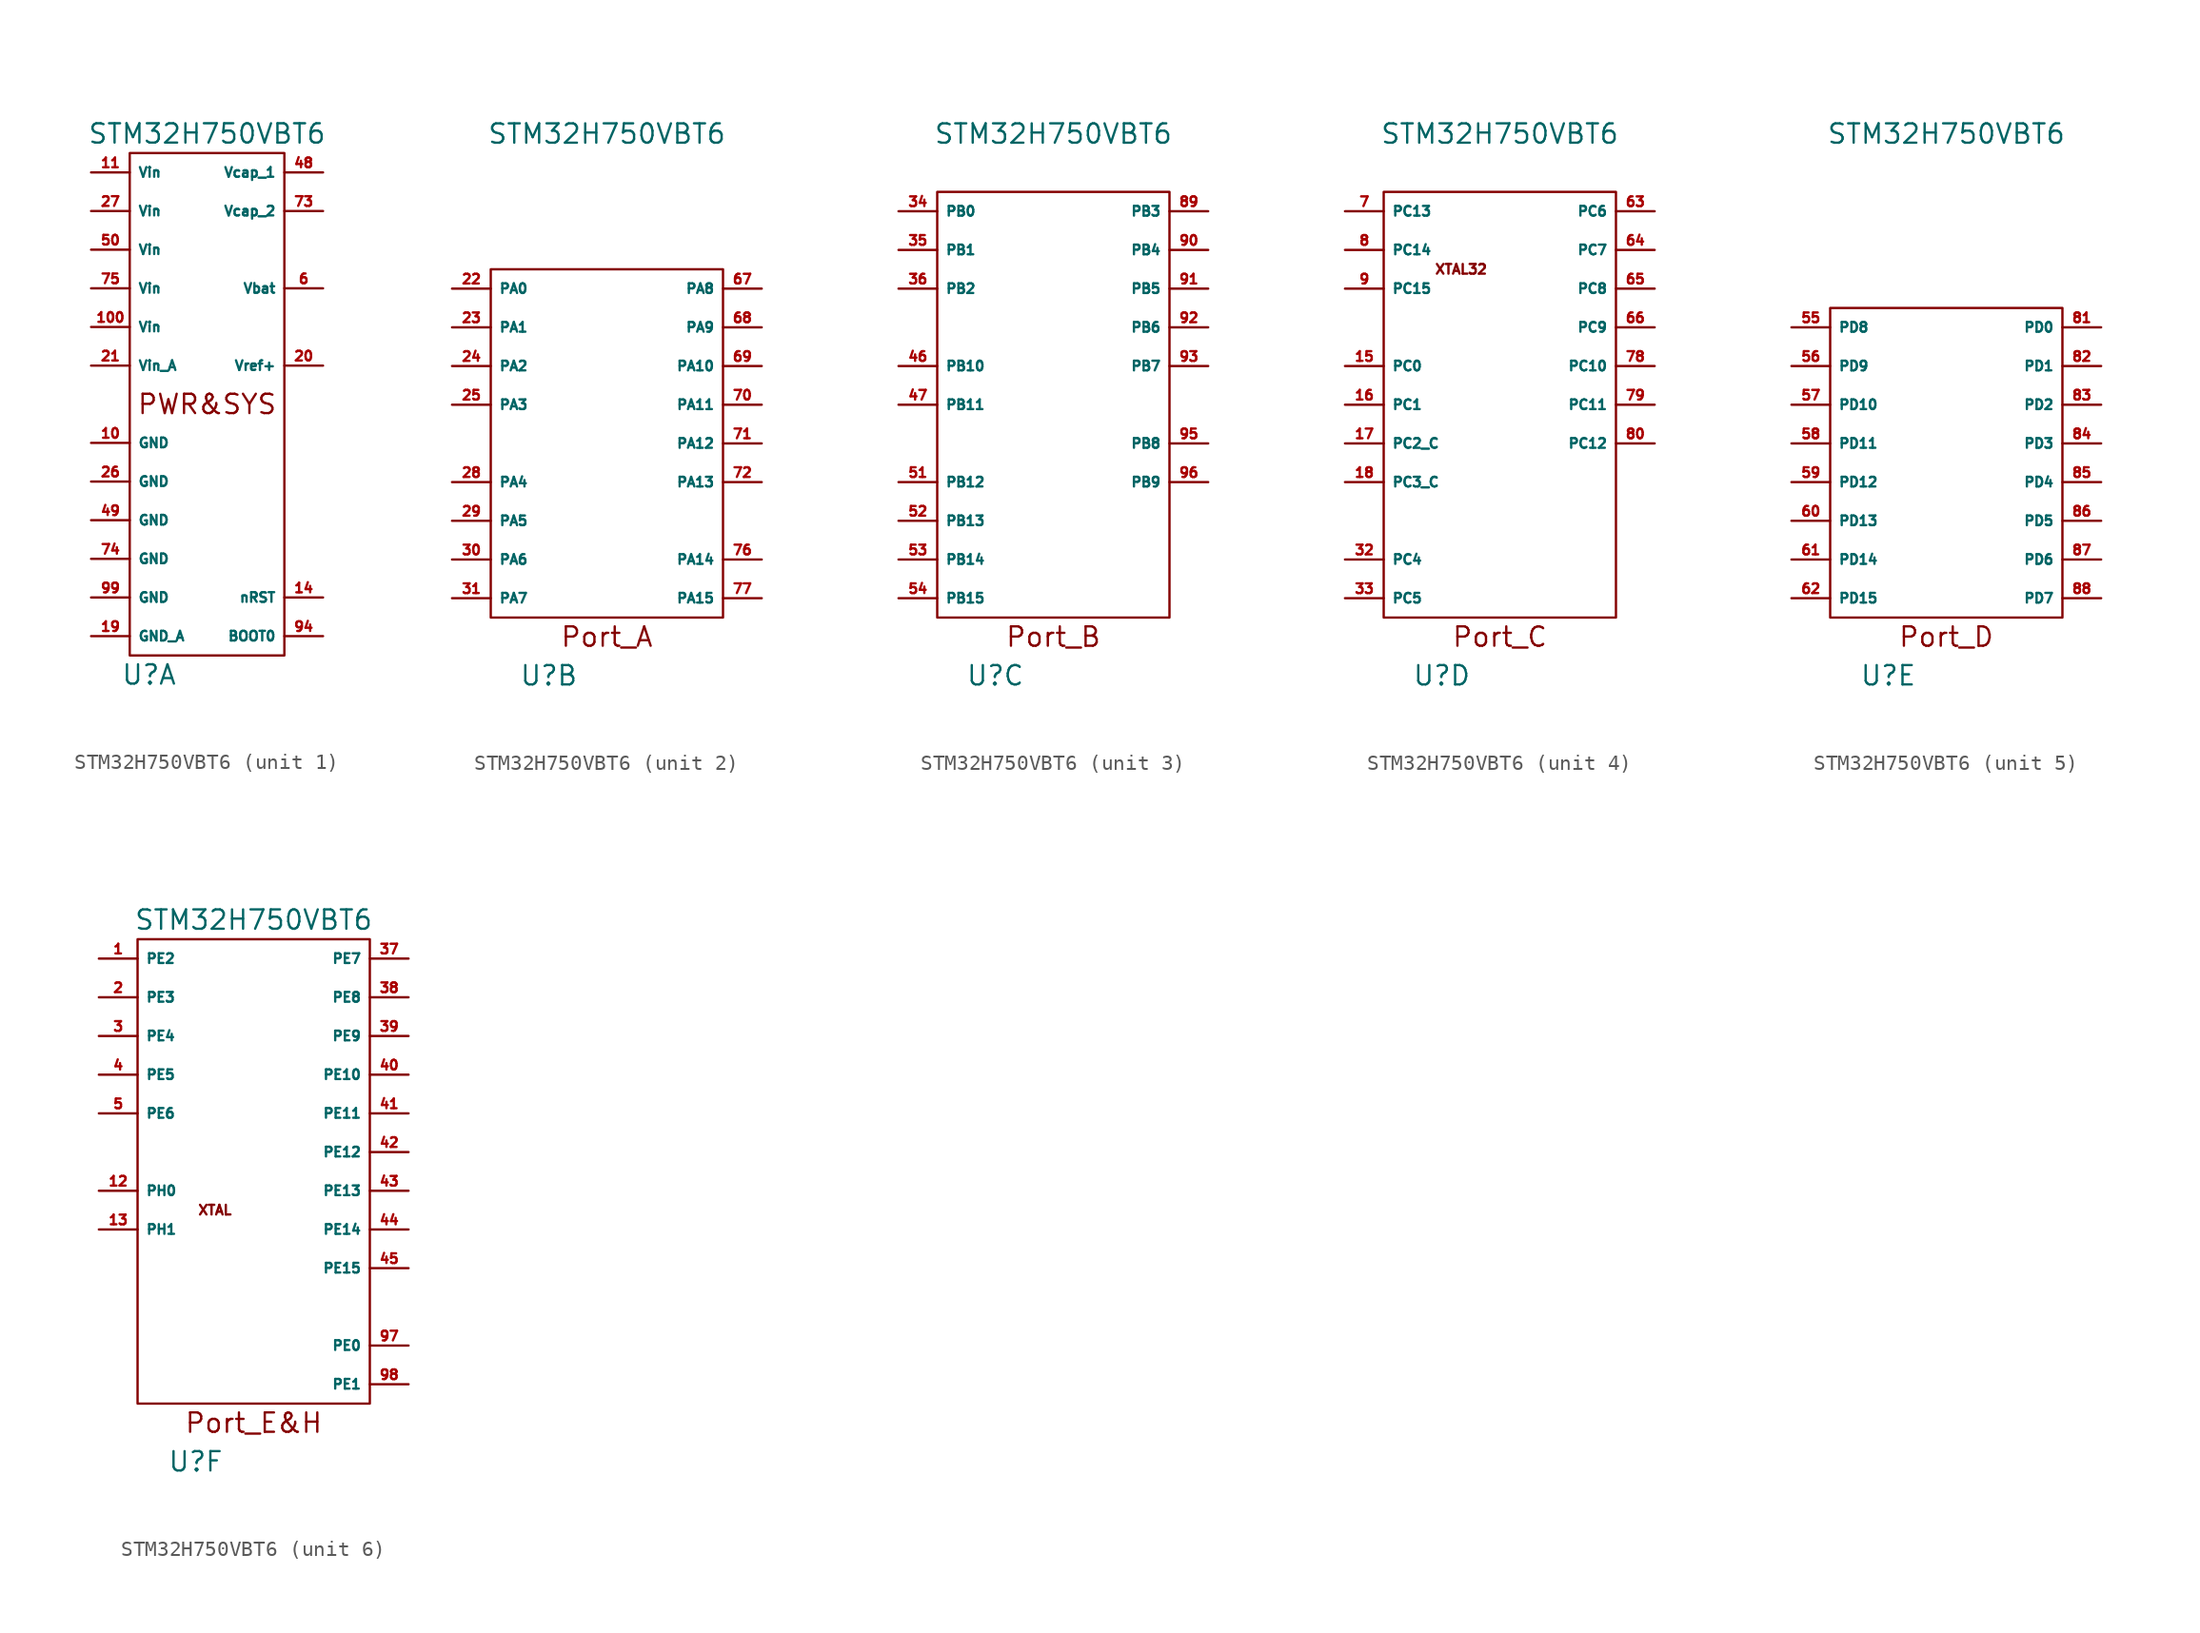
<source format=kicad_sym>
(kicad_symbol_lib
  (version 20211014)
  (generator kicad_symbol_editor)
  (symbol "STM32H750VBT6"
    (property "Reference" "U"
      (at -3.81 -17.78 0)
      (effects (font (size 1.27 1.27))))
    (property "Value" "STM32H750VBT6"
      (at 0 17.78 0)
      (effects (font (size 1.27 1.27))))
    (property "ki_locked" ""
      (at 0 0 0)
      (effects (font (size 1.27 1.27))))
    (symbol "STM32H750VBT6_1_0"
      (text "PWR&SYS" (at 0 0 0) (effects (font (size 1.27 1.27)))))
    (symbol "STM32H750VBT6_1_1"
      (rectangle (start -5.08 16.51) (end 5.08 -16.51) (stroke (width 0) (type default) (color 0 0 0 0)) (fill (type none)))
      (pin power_in line (at -7.62 -2.54 0) (length 2.54) (name "GND" (effects (font (size 0.635 0.635)))) (number "10" (effects (font (size 0.635 0.635)))))
      (pin power_in line (at -7.62 5.08 0) (length 2.54) (name "Vin" (effects (font (size 0.635 0.635)))) (number "100" (effects (font (size 0.635 0.635)))))
      (pin power_in line (at -7.62 15.24 0) (length 2.54) (name "Vin" (effects (font (size 0.635 0.635)))) (number "11" (effects (font (size 0.635 0.635)))))
      (pin input line (at 7.62 -12.7 180) (length 2.54) (name "nRST" (effects (font (size 0.635 0.635)))) (number "14" (effects (font (size 0.635 0.635)))))
      (pin power_in line (at -7.62 -15.24 0) (length 2.54) (name "GND_A" (effects (font (size 0.635 0.635)))) (number "19" (effects (font (size 0.635 0.635)))))
      (pin bidirectional line (at 7.62 2.54 180) (length 2.54) (name "Vref+" (effects (font (size 0.635 0.635)))) (number "20" (effects (font (size 0.635 0.635)))))
      (pin power_in line (at -7.62 2.54 0) (length 2.54) (name "Vin_A" (effects (font (size 0.635 0.635)))) (number "21" (effects (font (size 0.635 0.635)))))
      (pin power_in line (at -7.62 -5.08 0) (length 2.54) (name "GND" (effects (font (size 0.635 0.635)))) (number "26" (effects (font (size 0.635 0.635)))))
      (pin power_in line (at -7.62 12.7 0) (length 2.54) (name "Vin" (effects (font (size 0.635 0.635)))) (number "27" (effects (font (size 0.635 0.635)))))
      (pin power_in line (at 7.62 15.24 180) (length 2.54) (name "Vcap_1" (effects (font (size 0.635 0.635)))) (number "48" (effects (font (size 0.635 0.635)))))
      (pin power_in line (at -7.62 -7.62 0) (length 2.54) (name "GND" (effects (font (size 0.635 0.635)))) (number "49" (effects (font (size 0.635 0.635)))))
      (pin power_in line (at -7.62 10.16 0) (length 2.54) (name "Vin" (effects (font (size 0.635 0.635)))) (number "50" (effects (font (size 0.635 0.635)))))
      (pin power_in line (at 7.62 7.62 180) (length 2.54) (name "Vbat" (effects (font (size 0.635 0.635)))) (number "6" (effects (font (size 0.635 0.635)))))
      (pin power_in line (at 7.62 12.7 180) (length 2.54) (name "Vcap_2" (effects (font (size 0.635 0.635)))) (number "73" (effects (font (size 0.635 0.635)))))
      (pin power_in line (at -7.62 -10.16 0) (length 2.54) (name "GND" (effects (font (size 0.635 0.635)))) (number "74" (effects (font (size 0.635 0.635)))))
      (pin power_in line (at -7.62 7.62 0) (length 2.54) (name "Vin" (effects (font (size 0.635 0.635)))) (number "75" (effects (font (size 0.635 0.635)))))
      (pin input line (at 7.62 -15.24 180) (length 2.54) (name "BOOT0" (effects (font (size 0.635 0.635)))) (number "94" (effects (font (size 0.635 0.635)))))
      (pin power_in line (at -7.62 -12.7 0) (length 2.54) (name "GND" (effects (font (size 0.635 0.635)))) (number "99" (effects (font (size 0.635 0.635))))))
    (symbol "STM32H750VBT6_2_0"
      (text "Port_A" (at 0 -15.24 0) (effects (font (size 1.27 1.27)))))
    (symbol "STM32H750VBT6_2_1"
      (rectangle (start -7.62 8.89) (end 7.62 -13.97) (stroke (width 0) (type default) (color 0 0 0 0)) (fill (type none)))
      (pin bidirectional line (at -10.16 7.62 0) (length 2.54) (name "PA0" (effects (font (size 0.635 0.635)))) (number "22" (effects (font (size 0.635 0.635)))))
      (pin bidirectional line (at -10.16 5.08 0) (length 2.54) (name "PA1" (effects (font (size 0.635 0.635)))) (number "23" (effects (font (size 0.635 0.635)))))
      (pin bidirectional line (at -10.16 2.54 0) (length 2.54) (name "PA2" (effects (font (size 0.635 0.635)))) (number "24" (effects (font (size 0.635 0.635)))))
      (pin bidirectional line (at -10.16 0 0) (length 2.54) (name "PA3" (effects (font (size 0.635 0.635)))) (number "25" (effects (font (size 0.635 0.635)))))
      (pin bidirectional line (at -10.16 -5.08 0) (length 2.54) (name "PA4" (effects (font (size 0.635 0.635)))) (number "28" (effects (font (size 0.635 0.635)))))
      (pin bidirectional line (at -10.16 -7.62 0) (length 2.54) (name "PA5" (effects (font (size 0.635 0.635)))) (number "29" (effects (font (size 0.635 0.635)))))
      (pin bidirectional line (at -10.16 -10.16 0) (length 2.54) (name "PA6" (effects (font (size 0.635 0.635)))) (number "30" (effects (font (size 0.635 0.635)))))
      (pin bidirectional line (at -10.16 -12.7 0) (length 2.54) (name "PA7" (effects (font (size 0.635 0.635)))) (number "31" (effects (font (size 0.635 0.635)))))
      (pin bidirectional line (at 10.16 7.62 180) (length 2.54) (name "PA8" (effects (font (size 0.635 0.635)))) (number "67" (effects (font (size 0.635 0.635)))))
      (pin bidirectional line (at 10.16 5.08 180) (length 2.54) (name "PA9" (effects (font (size 0.635 0.635)))) (number "68" (effects (font (size 0.635 0.635)))))
      (pin bidirectional line (at 10.16 2.54 180) (length 2.54) (name "PA10" (effects (font (size 0.635 0.635)))) (number "69" (effects (font (size 0.635 0.635)))))
      (pin bidirectional line (at 10.16 0 180) (length 2.54) (name "PA11" (effects (font (size 0.635 0.635)))) (number "70" (effects (font (size 0.635 0.635)))))
      (pin bidirectional line (at 10.16 -2.54 180) (length 2.54) (name "PA12" (effects (font (size 0.635 0.635)))) (number "71" (effects (font (size 0.635 0.635)))))
      (pin bidirectional line (at 10.16 -5.08 180) (length 2.54) (name "PA13" (effects (font (size 0.635 0.635)))) (number "72" (effects (font (size 0.635 0.635)))))
      (pin bidirectional line (at 10.16 -10.16 180) (length 2.54) (name "PA14" (effects (font (size 0.635 0.635)))) (number "76" (effects (font (size 0.635 0.635)))))
      (pin bidirectional line (at 10.16 -12.7 180) (length 2.54) (name "PA15" (effects (font (size 0.635 0.635)))) (number "77" (effects (font (size 0.635 0.635))))))
    (symbol "STM32H750VBT6_3_0"
      (text "Port_B" (at 0 -15.24 0) (effects (font (size 1.27 1.27)))))
    (symbol "STM32H750VBT6_3_1"
      (rectangle (start -7.62 13.97) (end 7.62 -13.97) (stroke (width 0) (type default) (color 0 0 0 0)) (fill (type none)))
      (pin bidirectional line (at -10.16 12.7 0) (length 2.54) (name "PB0" (effects (font (size 0.635 0.635)))) (number "34" (effects (font (size 0.635 0.635)))))
      (pin bidirectional line (at -10.16 10.16 0) (length 2.54) (name "PB1" (effects (font (size 0.635 0.635)))) (number "35" (effects (font (size 0.635 0.635)))))
      (pin bidirectional line (at -10.16 7.62 0) (length 2.54) (name "PB2" (effects (font (size 0.635 0.635)))) (number "36" (effects (font (size 0.635 0.635)))))
      (pin bidirectional line (at -10.16 2.54 0) (length 2.54) (name "PB10" (effects (font (size 0.635 0.635)))) (number "46" (effects (font (size 0.635 0.635)))))
      (pin bidirectional line (at -10.16 0 0) (length 2.54) (name "PB11" (effects (font (size 0.635 0.635)))) (number "47" (effects (font (size 0.635 0.635)))))
      (pin bidirectional line (at -10.16 -5.08 0) (length 2.54) (name "PB12" (effects (font (size 0.635 0.635)))) (number "51" (effects (font (size 0.635 0.635)))))
      (pin bidirectional line (at -10.16 -7.62 0) (length 2.54) (name "PB13" (effects (font (size 0.635 0.635)))) (number "52" (effects (font (size 0.635 0.635)))))
      (pin bidirectional line (at -10.16 -10.16 0) (length 2.54) (name "PB14" (effects (font (size 0.635 0.635)))) (number "53" (effects (font (size 0.635 0.635)))))
      (pin bidirectional line (at -10.16 -12.7 0) (length 2.54) (name "PB15" (effects (font (size 0.635 0.635)))) (number "54" (effects (font (size 0.635 0.635)))))
      (pin bidirectional line (at 10.16 12.7 180) (length 2.54) (name "PB3" (effects (font (size 0.635 0.635)))) (number "89" (effects (font (size 0.635 0.635)))))
      (pin bidirectional line (at 10.16 10.16 180) (length 2.54) (name "PB4" (effects (font (size 0.635 0.635)))) (number "90" (effects (font (size 0.635 0.635)))))
      (pin bidirectional line (at 10.16 7.62 180) (length 2.54) (name "PB5" (effects (font (size 0.635 0.635)))) (number "91" (effects (font (size 0.635 0.635)))))
      (pin bidirectional line (at 10.16 5.08 180) (length 2.54) (name "PB6" (effects (font (size 0.635 0.635)))) (number "92" (effects (font (size 0.635 0.635)))))
      (pin bidirectional line (at 10.16 2.54 180) (length 2.54) (name "PB7" (effects (font (size 0.635 0.635)))) (number "93" (effects (font (size 0.635 0.635)))))
      (pin bidirectional line (at 10.16 -2.54 180) (length 2.54) (name "PB8" (effects (font (size 0.635 0.635)))) (number "95" (effects (font (size 0.635 0.635)))))
      (pin bidirectional line (at 10.16 -5.08 180) (length 2.54) (name "PB9" (effects (font (size 0.635 0.635)))) (number "96" (effects (font (size 0.635 0.635))))))
    (symbol "STM32H750VBT6_4_0"
      (text "Port_C" (at 0 -15.24 0) (effects (font (size 1.27 1.27)))))
    (symbol "STM32H750VBT6_4_1"
      (rectangle (start -7.62 13.97) (end 7.62 -13.97) (stroke (width 0) (type default) (color 0 0 0 0)) (fill (type none)))
      (text "XTAL32" (at -2.54 8.89 0) (effects (font (size 0.635 0.635))))
      (pin bidirectional line (at -10.16 2.54 0) (length 2.54) (name "PC0" (effects (font (size 0.635 0.635)))) (number "15" (effects (font (size 0.635 0.635)))))
      (pin bidirectional line (at -10.16 0 0) (length 2.54) (name "PC1" (effects (font (size 0.635 0.635)))) (number "16" (effects (font (size 0.635 0.635)))))
      (pin bidirectional line (at -10.16 -2.54 0) (length 2.54) (name "PC2_C" (effects (font (size 0.635 0.635)))) (number "17" (effects (font (size 0.635 0.635)))))
      (pin bidirectional line (at -10.16 -5.08 0) (length 2.54) (name "PC3_C" (effects (font (size 0.635 0.635)))) (number "18" (effects (font (size 0.635 0.635)))))
      (pin bidirectional line (at -10.16 -10.16 0) (length 2.54) (name "PC4" (effects (font (size 0.635 0.635)))) (number "32" (effects (font (size 0.635 0.635)))))
      (pin bidirectional line (at -10.16 -12.7 0) (length 2.54) (name "PC5" (effects (font (size 0.635 0.635)))) (number "33" (effects (font (size 0.635 0.635)))))
      (pin bidirectional line (at 10.16 12.7 180) (length 2.54) (name "PC6" (effects (font (size 0.635 0.635)))) (number "63" (effects (font (size 0.635 0.635)))))
      (pin bidirectional line (at 10.16 10.16 180) (length 2.54) (name "PC7" (effects (font (size 0.635 0.635)))) (number "64" (effects (font (size 0.635 0.635)))))
      (pin bidirectional line (at 10.16 7.62 180) (length 2.54) (name "PC8" (effects (font (size 0.635 0.635)))) (number "65" (effects (font (size 0.635 0.635)))))
      (pin bidirectional line (at 10.16 5.08 180) (length 2.54) (name "PC9" (effects (font (size 0.635 0.635)))) (number "66" (effects (font (size 0.635 0.635)))))
      (pin bidirectional line (at -10.16 12.7 0) (length 2.54) (name "PC13" (effects (font (size 0.635 0.635)))) (number "7" (effects (font (size 0.635 0.635)))))
      (pin bidirectional line (at 10.16 2.54 180) (length 2.54) (name "PC10" (effects (font (size 0.635 0.635)))) (number "78" (effects (font (size 0.635 0.635)))))
      (pin bidirectional line (at 10.16 0 180) (length 2.54) (name "PC11" (effects (font (size 0.635 0.635)))) (number "79" (effects (font (size 0.635 0.635)))))
      (pin bidirectional line (at -10.16 10.16 0) (length 2.54) (name "PC14" (effects (font (size 0.635 0.635)))) (number "8" (effects (font (size 0.635 0.635)))))
      (pin bidirectional line (at 10.16 -2.54 180) (length 2.54) (name "PC12" (effects (font (size 0.635 0.635)))) (number "80" (effects (font (size 0.635 0.635)))))
      (pin bidirectional line (at -10.16 7.62 0) (length 2.54) (name "PC15" (effects (font (size 0.635 0.635)))) (number "9" (effects (font (size 0.635 0.635))))))
    (symbol "STM32H750VBT6_5_0"
      (text "Port_D" (at 0 -15.24 0) (effects (font (size 1.27 1.27)))))
    (symbol "STM32H750VBT6_5_1"
      (rectangle (start -7.62 6.35) (end 7.62 -13.97) (stroke (width 0) (type default) (color 0 0 0 0)) (fill (type none)))
      (pin bidirectional line (at -10.16 5.08 0) (length 2.54) (name "PD8" (effects (font (size 0.635 0.635)))) (number "55" (effects (font (size 0.635 0.635)))))
      (pin bidirectional line (at -10.16 2.54 0) (length 2.54) (name "PD9" (effects (font (size 0.635 0.635)))) (number "56" (effects (font (size 0.635 0.635)))))
      (pin bidirectional line (at -10.16 0 0) (length 2.54) (name "PD10" (effects (font (size 0.635 0.635)))) (number "57" (effects (font (size 0.635 0.635)))))
      (pin bidirectional line (at -10.16 -2.54 0) (length 2.54) (name "PD11" (effects (font (size 0.635 0.635)))) (number "58" (effects (font (size 0.635 0.635)))))
      (pin bidirectional line (at -10.16 -5.08 0) (length 2.54) (name "PD12" (effects (font (size 0.635 0.635)))) (number "59" (effects (font (size 0.635 0.635)))))
      (pin bidirectional line (at -10.16 -7.62 0) (length 2.54) (name "PD13" (effects (font (size 0.635 0.635)))) (number "60" (effects (font (size 0.635 0.635)))))
      (pin bidirectional line (at -10.16 -10.16 0) (length 2.54) (name "PD14" (effects (font (size 0.635 0.635)))) (number "61" (effects (font (size 0.635 0.635)))))
      (pin bidirectional line (at -10.16 -12.7 0) (length 2.54) (name "PD15" (effects (font (size 0.635 0.635)))) (number "62" (effects (font (size 0.635 0.635)))))
      (pin bidirectional line (at 10.16 5.08 180) (length 2.54) (name "PD0" (effects (font (size 0.635 0.635)))) (number "81" (effects (font (size 0.635 0.635)))))
      (pin bidirectional line (at 10.16 2.54 180) (length 2.54) (name "PD1" (effects (font (size 0.635 0.635)))) (number "82" (effects (font (size 0.635 0.635)))))
      (pin bidirectional line (at 10.16 0 180) (length 2.54) (name "PD2" (effects (font (size 0.635 0.635)))) (number "83" (effects (font (size 0.635 0.635)))))
      (pin bidirectional line (at 10.16 -2.54 180) (length 2.54) (name "PD3" (effects (font (size 0.635 0.635)))) (number "84" (effects (font (size 0.635 0.635)))))
      (pin bidirectional line (at 10.16 -5.08 180) (length 2.54) (name "PD4" (effects (font (size 0.635 0.635)))) (number "85" (effects (font (size 0.635 0.635)))))
      (pin bidirectional line (at 10.16 -7.62 180) (length 2.54) (name "PD5" (effects (font (size 0.635 0.635)))) (number "86" (effects (font (size 0.635 0.635)))))
      (pin bidirectional line (at 10.16 -10.16 180) (length 2.54) (name "PD6" (effects (font (size 0.635 0.635)))) (number "87" (effects (font (size 0.635 0.635)))))
      (pin bidirectional line (at 10.16 -12.7 180) (length 2.54) (name "PD7" (effects (font (size 0.635 0.635)))) (number "88" (effects (font (size 0.635 0.635))))))
    (symbol "STM32H750VBT6_6_0"
      (rectangle (start -7.62 16.51) (end 7.62 -13.97) (stroke (width 0) (type default) (color 0 0 0 0)) (fill (type none)))
      (text "Port_E&H" (at 0 -15.24 0) (effects (font (size 1.27 1.27)))))
    (symbol "STM32H750VBT6_6_1"
      (text "XTAL" (at -2.54 -1.27 0) (effects (font (size 0.635 0.635))))
      (pin bidirectional line (at -10.16 15.24 0) (length 2.54) (name "PE2" (effects (font (size 0.635 0.635)))) (number "1" (effects (font (size 0.635 0.635)))))
      (pin input line (at -10.16 0 0) (length 2.54) (name "PH0" (effects (font (size 0.635 0.635)))) (number "12" (effects (font (size 0.635 0.635)))))
      (pin input line (at -10.16 -2.54 0) (length 2.54) (name "PH1" (effects (font (size 0.635 0.635)))) (number "13" (effects (font (size 0.635 0.635)))))
      (pin bidirectional line (at -10.16 12.7 0) (length 2.54) (name "PE3" (effects (font (size 0.635 0.635)))) (number "2" (effects (font (size 0.635 0.635)))))
      (pin bidirectional line (at -10.16 10.16 0) (length 2.54) (name "PE4" (effects (font (size 0.635 0.635)))) (number "3" (effects (font (size 0.635 0.635)))))
      (pin bidirectional line (at 10.16 15.24 180) (length 2.54) (name "PE7" (effects (font (size 0.635 0.635)))) (number "37" (effects (font (size 0.635 0.635)))))
      (pin bidirectional line (at 10.16 12.7 180) (length 2.54) (name "PE8" (effects (font (size 0.635 0.635)))) (number "38" (effects (font (size 0.635 0.635)))))
      (pin bidirectional line (at 10.16 10.16 180) (length 2.54) (name "PE9" (effects (font (size 0.635 0.635)))) (number "39" (effects (font (size 0.635 0.635)))))
      (pin bidirectional line (at -10.16 7.62 0) (length 2.54) (name "PE5" (effects (font (size 0.635 0.635)))) (number "4" (effects (font (size 0.635 0.635)))))
      (pin bidirectional line (at 10.16 7.62 180) (length 2.54) (name "PE10" (effects (font (size 0.635 0.635)))) (number "40" (effects (font (size 0.635 0.635)))))
      (pin bidirectional line (at 10.16 5.08 180) (length 2.54) (name "PE11" (effects (font (size 0.635 0.635)))) (number "41" (effects (font (size 0.635 0.635)))))
      (pin bidirectional line (at 10.16 2.54 180) (length 2.54) (name "PE12" (effects (font (size 0.635 0.635)))) (number "42" (effects (font (size 0.635 0.635)))))
      (pin bidirectional line (at 10.16 0 180) (length 2.54) (name "PE13" (effects (font (size 0.635 0.635)))) (number "43" (effects (font (size 0.635 0.635)))))
      (pin bidirectional line (at 10.16 -2.54 180) (length 2.54) (name "PE14" (effects (font (size 0.635 0.635)))) (number "44" (effects (font (size 0.635 0.635)))))
      (pin bidirectional line (at 10.16 -5.08 180) (length 2.54) (name "PE15" (effects (font (size 0.635 0.635)))) (number "45" (effects (font (size 0.635 0.635)))))
      (pin bidirectional line (at -10.16 5.08 0) (length 2.54) (name "PE6" (effects (font (size 0.635 0.635)))) (number "5" (effects (font (size 0.635 0.635)))))
      (pin bidirectional line (at 10.16 -10.16 180) (length 2.54) (name "PE0" (effects (font (size 0.635 0.635)))) (number "97" (effects (font (size 0.635 0.635)))))
      (pin bidirectional line (at 10.16 -12.7 180) (length 2.54) (name "PE1" (effects (font (size 0.635 0.635)))) (number "98" (effects (font (size 0.635 0.635))))))))
</source>
